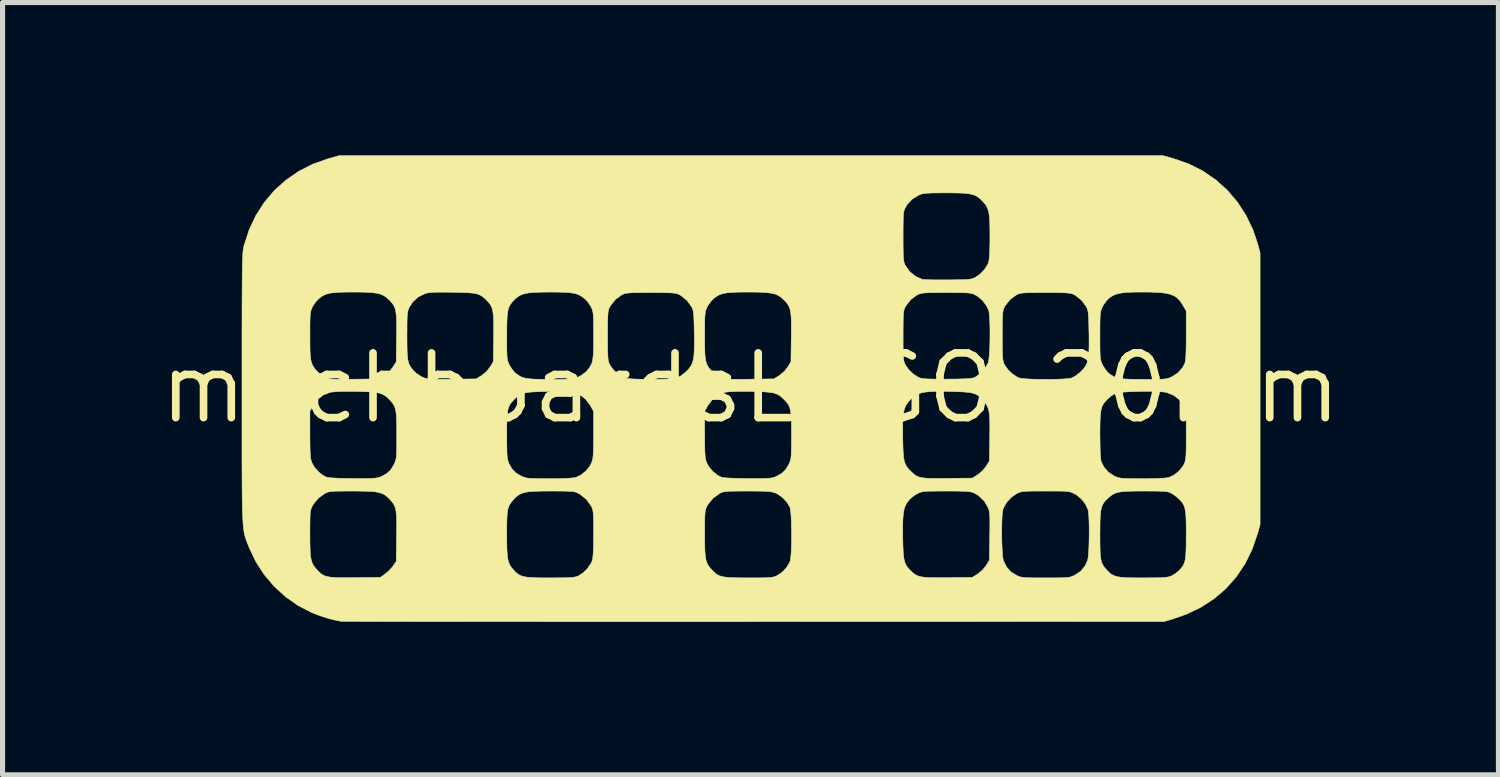
<source format=kicad_pcb>
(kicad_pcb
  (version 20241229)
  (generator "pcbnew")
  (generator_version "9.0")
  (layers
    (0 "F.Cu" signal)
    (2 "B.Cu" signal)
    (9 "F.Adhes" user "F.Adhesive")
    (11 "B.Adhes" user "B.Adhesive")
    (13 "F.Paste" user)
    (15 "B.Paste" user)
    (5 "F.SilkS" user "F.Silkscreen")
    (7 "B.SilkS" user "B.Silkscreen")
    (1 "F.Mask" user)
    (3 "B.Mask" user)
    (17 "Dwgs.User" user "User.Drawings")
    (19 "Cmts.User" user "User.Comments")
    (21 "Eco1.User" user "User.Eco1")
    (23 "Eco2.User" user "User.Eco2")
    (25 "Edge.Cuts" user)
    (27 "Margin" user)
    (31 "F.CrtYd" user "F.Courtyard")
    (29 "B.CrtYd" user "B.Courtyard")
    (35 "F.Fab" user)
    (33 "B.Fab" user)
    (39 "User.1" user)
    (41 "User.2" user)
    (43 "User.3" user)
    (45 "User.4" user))
  (footprint "mechboardsLOGO_20mm"
    (layer "F.Cu")
    (at 11.679 4.566)
    (property "Reference" "mechboardsLOGO_20mm" (at 0 0 0) (layer "F.SilkS") (effects (font (size 1.27 1.27) (thickness 0.15))))
    (attr through_hole)
    (fp_poly (pts (xy 8.304 -4.503) (xy 8.603 -4.399) (xy 8.879 -4.259) (xy 9.132 -4.085) (xy 9.359 -3.881) (xy 9.557 -3.649) (xy 9.725 -3.389) (xy 9.861 -3.106) (xy 9.953 -2.833) (xy 10.001 -2.656) (xy 10.001 2.678) (xy 9.954 2.847) (xy 9.848 3.158) (xy 9.709 3.443) (xy 9.538 3.7) (xy 9.335 3.93) (xy 9.103 4.13) (xy 8.841 4.301) (xy 8.551 4.44) (xy 8.277 4.535) (xy 8.117 4.582) (xy 0.074 4.584) (xy -0.508 4.585) (xy -1.079 4.585) (xy -1.638 4.585) (xy -2.183 4.585) (xy -2.714 4.585) (xy -3.228 4.585) (xy -3.725 4.585) (xy -4.201 4.584) (xy -4.658 4.584) (xy -5.091 4.584) (xy -5.501 4.584) (xy -5.886 4.583) (xy -6.244 4.583) (xy -6.574 4.583) (xy -6.874 4.582) (xy -7.143 4.582) (xy -7.38 4.581) (xy -7.582 4.581) (xy -7.749 4.58) (xy -7.879 4.58) (xy -7.97 4.579) (xy -8.022 4.578) (xy -8.033 4.578) (xy -8.154 4.555) (xy -8.298 4.517) (xy -8.447 4.469) (xy -8.585 4.417) (xy -8.611 4.406) (xy -8.879 4.268) (xy -9.126 4.094) (xy -9.35 3.889) (xy -9.546 3.658) (xy -9.71 3.403) (xy -9.838 3.133) (xy -9.858 3.081) (xy -9.877 3.036) (xy -9.893 2.993) (xy -9.908 2.951) (xy -9.921 2.908) (xy -9.932 2.861) (xy -9.933 2.857) (xy -8.647 2.857) (xy -8.646 3.028) (xy -8.643 3.163) (xy -8.637 3.268) (xy -8.626 3.349) (xy -8.609 3.412) (xy -8.586 3.465) (xy -8.554 3.512) (xy -8.513 3.561) (xy -8.512 3.562) (xy -8.466 3.61) (xy -8.423 3.648) (xy -8.377 3.676) (xy -8.321 3.697) (xy -8.251 3.71) (xy -8.159 3.718) (xy -8.041 3.721) (xy -7.891 3.721) (xy -7.765 3.72) (xy -7.264 3.715) (xy -7.173 3.651) (xy -7.103 3.592) (xy -7.036 3.52) (xy -7.017 3.495) (xy -6.953 3.404) (xy -6.946 2.925) (xy -6.946 2.86) (xy -4.784 2.86) (xy -4.783 3.032) (xy -4.78 3.167) (xy -4.773 3.273) (xy -4.763 3.355) (xy -4.746 3.419) (xy -4.724 3.471) (xy -4.694 3.517) (xy -4.664 3.554) (xy -4.618 3.605) (xy -4.573 3.645) (xy -4.523 3.675) (xy -4.463 3.697) (xy -4.387 3.711) (xy -4.288 3.719) (xy -4.161 3.724) (xy -4 3.725) (xy -3.937 3.725) (xy -3.779 3.724) (xy -3.656 3.723) (xy -3.564 3.72) (xy -3.496 3.715) (xy -3.446 3.708) (xy -3.408 3.698) (xy -3.376 3.686) (xy -3.285 3.627) (xy -3.2 3.543) (xy -3.133 3.447) (xy -3.109 3.395) (xy -3.098 3.349) (xy -3.09 3.28) (xy -3.084 3.182) (xy -3.081 3.051) (xy -3.08 2.882) (xy -3.08 2.857) (xy -0.9 2.857) (xy -0.899 3.028) (xy -0.896 3.163) (xy -0.89 3.268) (xy -0.879 3.349) (xy -0.862 3.412) (xy -0.839 3.465) (xy -0.807 3.512) (xy -0.766 3.561) (xy -0.765 3.562) (xy -0.719 3.611) (xy -0.674 3.649) (xy -0.626 3.677) (xy -0.568 3.697) (xy -0.493 3.711) (xy -0.397 3.719) (xy -0.272 3.723) (xy -0.114 3.725) (xy -0.044 3.725) (xy 0.112 3.725) (xy 0.231 3.724) (xy 0.321 3.721) (xy 0.387 3.717) (xy 0.436 3.711) (xy 0.474 3.701) (xy 0.506 3.689) (xy 0.522 3.681) (xy 0.619 3.617) (xy 0.704 3.528) (xy 0.765 3.429) (xy 0.78 3.39) (xy 0.789 3.334) (xy 0.797 3.247) (xy 0.802 3.135) (xy 0.805 3.007) (xy 0.806 2.871) (xy 0.804 2.734) (xy 0.803 2.707) (xy 2.987 2.707) (xy 2.988 2.876) (xy 2.988 2.926) (xy 2.992 3.09) (xy 2.997 3.217) (xy 3.006 3.315) (xy 3.02 3.39) (xy 3.04 3.45) (xy 3.068 3.499) (xy 3.106 3.546) (xy 3.141 3.582) (xy 3.186 3.625) (xy 3.23 3.659) (xy 3.279 3.684) (xy 3.337 3.701) (xy 3.412 3.713) (xy 3.509 3.719) (xy 3.634 3.721) (xy 3.793 3.721) (xy 3.865 3.72) (xy 4.353 3.715) (xy 4.457 3.651) (xy 4.556 3.569) (xy 4.624 3.483) (xy 4.688 3.38) (xy 4.695 2.909) (xy 4.697 2.784) (xy 4.931 2.784) (xy 4.931 2.921) (xy 4.934 3.055) (xy 4.94 3.179) (xy 4.947 3.283) (xy 4.957 3.358) (xy 4.964 3.388) (xy 5.026 3.514) (xy 5.114 3.61) (xy 5.211 3.67) (xy 5.248 3.688) (xy 5.282 3.702) (xy 5.32 3.711) (xy 5.367 3.718) (xy 5.431 3.722) (xy 5.518 3.724) (xy 5.634 3.725) (xy 5.786 3.725) (xy 5.789 3.725) (xy 5.942 3.725) (xy 6.058 3.724) (xy 6.146 3.722) (xy 6.21 3.718) (xy 6.258 3.712) (xy 6.296 3.702) (xy 6.33 3.688) (xy 6.367 3.671) (xy 6.368 3.67) (xy 6.482 3.594) (xy 6.565 3.493) (xy 6.614 3.388) (xy 6.625 3.334) (xy 6.634 3.247) (xy 6.641 3.135) (xy 6.645 3.006) (xy 6.647 2.874) (xy 6.858 2.874) (xy 6.859 3.042) (xy 6.861 3.173) (xy 6.866 3.274) (xy 6.875 3.352) (xy 6.889 3.412) (xy 6.909 3.461) (xy 6.936 3.504) (xy 6.972 3.549) (xy 6.983 3.561) (xy 7.029 3.61) (xy 7.073 3.649) (xy 7.123 3.677) (xy 7.183 3.698) (xy 7.26 3.712) (xy 7.359 3.72) (xy 7.487 3.724) (xy 7.65 3.725) (xy 7.705 3.725) (xy 7.863 3.724) (xy 7.984 3.723) (xy 8.076 3.72) (xy 8.144 3.715) (xy 8.193 3.708) (xy 8.231 3.699) (xy 8.264 3.686) (xy 8.266 3.685) (xy 8.336 3.643) (xy 8.404 3.588) (xy 8.418 3.574) (xy 8.459 3.529) (xy 8.49 3.485) (xy 8.514 3.436) (xy 8.53 3.376) (xy 8.541 3.299) (xy 8.547 3.199) (xy 8.55 3.07) (xy 8.551 2.905) (xy 8.551 2.879) (xy 8.551 2.708) (xy 8.548 2.574) (xy 8.542 2.471) (xy 8.532 2.391) (xy 8.516 2.329) (xy 8.494 2.279) (xy 8.464 2.235) (xy 8.424 2.19) (xy 8.418 2.184) (xy 8.354 2.127) (xy 8.28 2.076) (xy 8.266 2.067) (xy 8.235 2.052) (xy 8.203 2.041) (xy 8.163 2.032) (xy 8.109 2.027) (xy 8.035 2.024) (xy 7.934 2.022) (xy 7.8 2.021) (xy 7.726 2.021) (xy 7.555 2.022) (xy 7.42 2.025) (xy 7.316 2.031) (xy 7.235 2.042) (xy 7.171 2.059) (xy 7.119 2.082) (xy 7.071 2.114) (xy 7.023 2.155) (xy 7.021 2.156) (xy 6.972 2.203) (xy 6.935 2.247) (xy 6.906 2.295) (xy 6.886 2.354) (xy 6.872 2.429) (xy 6.864 2.526) (xy 6.86 2.651) (xy 6.859 2.81) (xy 6.858 2.874) (xy 6.647 2.874) (xy 6.647 2.87) (xy 6.647 2.735) (xy 6.644 2.609) (xy 6.639 2.501) (xy 6.631 2.42) (xy 6.624 2.387) (xy 6.576 2.281) (xy 6.498 2.18) (xy 6.401 2.099) (xy 6.361 2.075) (xy 6.325 2.058) (xy 6.292 2.045) (xy 6.255 2.035) (xy 6.208 2.028) (xy 6.144 2.024) (xy 6.056 2.022) (xy 5.939 2.022) (xy 5.789 2.021) (xy 5.637 2.022) (xy 5.52 2.022) (xy 5.433 2.025) (xy 5.369 2.029) (xy 5.322 2.035) (xy 5.285 2.045) (xy 5.252 2.058) (xy 5.217 2.075) (xy 5.116 2.146) (xy 5.029 2.241) (xy 4.968 2.346) (xy 4.954 2.387) (xy 4.944 2.446) (xy 4.937 2.538) (xy 4.933 2.653) (xy 4.931 2.784) (xy 4.697 2.784) (xy 4.697 2.755) (xy 4.698 2.636) (xy 4.697 2.547) (xy 4.693 2.481) (xy 4.688 2.431) (xy 4.679 2.392) (xy 4.666 2.356) (xy 4.655 2.33) (xy 4.582 2.21) (xy 4.477 2.111) (xy 4.383 2.056) (xy 4.351 2.044) (xy 4.308 2.035) (xy 4.248 2.029) (xy 4.167 2.025) (xy 4.057 2.022) (xy 3.913 2.021) (xy 3.842 2.021) (xy 3.689 2.022) (xy 3.572 2.023) (xy 3.484 2.025) (xy 3.42 2.029) (xy 3.372 2.036) (xy 3.335 2.046) (xy 3.301 2.059) (xy 3.276 2.071) (xy 3.202 2.117) (xy 3.133 2.174) (xy 3.111 2.198) (xy 3.07 2.253) (xy 3.038 2.312) (xy 3.015 2.381) (xy 3 2.465) (xy 2.991 2.572) (xy 2.987 2.707) (xy 0.803 2.707) (xy 0.801 2.606) (xy 0.795 2.493) (xy 0.787 2.405) (xy 0.777 2.349) (xy 0.775 2.341) (xy 0.717 2.243) (xy 0.634 2.153) (xy 0.539 2.083) (xy 0.491 2.06) (xy 0.451 2.047) (xy 0.406 2.037) (xy 0.348 2.03) (xy 0.271 2.025) (xy 0.169 2.023) (xy 0.035 2.022) (xy -0.064 2.021) (xy -0.215 2.022) (xy -0.331 2.023) (xy -0.416 2.025) (xy -0.479 2.03) (xy -0.525 2.037) (xy -0.559 2.046) (xy -0.59 2.06) (xy -0.604 2.067) (xy -0.734 2.16) (xy -0.834 2.283) (xy -0.854 2.317) (xy -0.869 2.348) (xy -0.88 2.381) (xy -0.889 2.421) (xy -0.894 2.475) (xy -0.897 2.55) (xy -0.899 2.652) (xy -0.9 2.788) (xy -0.9 2.857) (xy -3.08 2.857) (xy -3.08 2.706) (xy -3.081 2.59) (xy -3.084 2.505) (xy -3.088 2.442) (xy -3.095 2.396) (xy -3.105 2.361) (xy -3.118 2.331) (xy -3.125 2.317) (xy -3.218 2.187) (xy -3.341 2.087) (xy -3.376 2.067) (xy -3.407 2.052) (xy -3.439 2.04) (xy -3.479 2.032) (xy -3.533 2.027) (xy -3.608 2.024) (xy -3.71 2.022) (xy -3.846 2.021) (xy -3.916 2.021) (xy -4.093 2.022) (xy -4.233 2.026) (xy -4.343 2.034) (xy -4.429 2.048) (xy -4.496 2.068) (xy -4.551 2.097) (xy -4.599 2.135) (xy -4.647 2.184) (xy -4.689 2.233) (xy -4.722 2.279) (xy -4.746 2.327) (xy -4.763 2.385) (xy -4.774 2.459) (xy -4.78 2.554) (xy -4.783 2.679) (xy -4.784 2.839) (xy -4.784 2.86) (xy -6.946 2.86) (xy -6.944 2.749) (xy -6.945 2.61) (xy -6.949 2.501) (xy -6.957 2.417) (xy -6.971 2.351) (xy -6.992 2.298) (xy -7.02 2.252) (xy -7.057 2.207) (xy -7.073 2.19) (xy -7.123 2.139) (xy -7.172 2.1) (xy -7.227 2.07) (xy -7.293 2.049) (xy -7.377 2.035) (xy -7.485 2.027) (xy -7.622 2.023) (xy -7.795 2.021) (xy -7.811 2.021) (xy -7.962 2.022) (xy -8.078 2.023) (xy -8.163 2.025) (xy -8.226 2.03) (xy -8.272 2.037) (xy -8.306 2.046) (xy -8.337 2.06) (xy -8.351 2.067) (xy -8.481 2.16) (xy -8.581 2.283) (xy -8.601 2.317) (xy -8.616 2.348) (xy -8.627 2.381) (xy -8.636 2.421) (xy -8.641 2.475) (xy -8.644 2.55) (xy -8.646 2.652) (xy -8.647 2.788) (xy -8.647 2.857) (xy -9.933 2.857) (xy -9.942 2.807) (xy -9.95 2.745) (xy -9.957 2.672) (xy -9.963 2.585) (xy -9.968 2.483) (xy -9.972 2.362) (xy -9.975 2.221) (xy -9.977 2.057) (xy -9.978 1.867) (xy -9.979 1.65) (xy -9.98 1.402) (xy -9.98 1.122) (xy -9.98 0.807) (xy -9.98 0.455) (xy -8.647 0.455) (xy -8.647 0.91) (xy -8.646 1.066) (xy -8.644 1.187) (xy -8.641 1.278) (xy -8.636 1.346) (xy -8.628 1.398) (xy -8.617 1.441) (xy -8.608 1.465) (xy -8.557 1.555) (xy -8.482 1.641) (xy -8.394 1.712) (xy -8.314 1.751) (xy -8.271 1.758) (xy -8.194 1.764) (xy -8.088 1.77) (xy -7.961 1.773) (xy -7.82 1.775) (xy -7.789 1.775) (xy -7.637 1.776) (xy -7.52 1.775) (xy -7.432 1.772) (xy -7.368 1.768) (xy -7.32 1.761) (xy -7.281 1.751) (xy -7.246 1.737) (xy -7.239 1.734) (xy -7.136 1.676) (xy -7.061 1.606) (xy -7.001 1.509) (xy -6.993 1.492) (xy -6.977 1.455) (xy -6.964 1.42) (xy -6.955 1.379) (xy -6.949 1.326) (xy -6.946 1.255) (xy -6.944 1.158) (xy -6.943 1.031) (xy -6.943 0.925) (xy -6.943 0.911) (xy -4.783 0.911) (xy -4.783 0.925) (xy -4.783 1.079) (xy -4.781 1.197) (xy -4.779 1.286) (xy -4.774 1.352) (xy -4.767 1.4) (xy -4.756 1.439) (xy -4.743 1.474) (xy -4.74 1.482) (xy -4.682 1.585) (xy -4.611 1.66) (xy -4.514 1.72) (xy -4.498 1.728) (xy -4.46 1.744) (xy -4.424 1.757) (xy -4.382 1.766) (xy -4.328 1.772) (xy -4.254 1.775) (xy -4.155 1.777) (xy -4.024 1.778) (xy -3.95 1.778) (xy -3.777 1.777) (xy -3.633 1.773) (xy -3.522 1.766) (xy -3.447 1.758) (xy -3.425 1.753) (xy -3.327 1.706) (xy -3.233 1.63) (xy -3.156 1.538) (xy -3.118 1.465) (xy -3.105 1.426) (xy -3.095 1.381) (xy -3.088 1.324) (xy -3.084 1.248) (xy -3.081 1.146) (xy -3.08 1.014) (xy -3.08 0.91) (xy -3.08 0.455) (xy -0.9 0.455) (xy -0.9 0.91) (xy -0.899 1.066) (xy -0.897 1.187) (xy -0.894 1.278) (xy -0.889 1.346) (xy -0.881 1.398) (xy -0.87 1.441) (xy -0.861 1.465) (xy -0.81 1.555) (xy -0.735 1.641) (xy -0.647 1.712) (xy -0.567 1.751) (xy -0.524 1.758) (xy -0.447 1.764) (xy -0.341 1.77) (xy -0.214 1.773) (xy -0.073 1.775) (xy -0.042 1.775) (xy 0.11 1.776) (xy 0.227 1.775) (xy 0.315 1.772) (xy 0.379 1.768) (xy 0.427 1.761) (xy 0.466 1.751) (xy 0.501 1.737) (xy 0.508 1.734) (xy 0.611 1.676) (xy 0.686 1.606) (xy 0.746 1.509) (xy 0.754 1.492) (xy 0.77 1.455) (xy 0.783 1.42) (xy 0.792 1.379) (xy 0.798 1.326) (xy 0.801 1.255) (xy 0.803 1.158) (xy 0.804 1.031) (xy 0.804 0.925) (xy 0.804 0.836) (xy 2.987 0.836) (xy 2.988 0.979) (xy 2.992 1.142) (xy 2.997 1.269) (xy 3.006 1.367) (xy 3.021 1.443) (xy 3.043 1.503) (xy 3.074 1.554) (xy 3.115 1.602) (xy 3.157 1.645) (xy 3.201 1.685) (xy 3.243 1.716) (xy 3.288 1.739) (xy 3.343 1.755) (xy 3.414 1.766) (xy 3.506 1.772) (xy 3.626 1.774) (xy 3.78 1.773) (xy 3.865 1.772) (xy 4.353 1.767) (xy 4.457 1.703) (xy 4.556 1.622) (xy 4.624 1.536) (xy 4.688 1.432) (xy 4.695 0.967) (xy 4.696 0.908) (xy 6.858 0.908) (xy 6.86 1.076) (xy 6.863 1.218) (xy 6.869 1.331) (xy 6.876 1.41) (xy 6.882 1.441) (xy 6.936 1.551) (xy 7.022 1.649) (xy 7.132 1.723) (xy 7.142 1.728) (xy 7.18 1.744) (xy 7.217 1.757) (xy 7.26 1.766) (xy 7.314 1.772) (xy 7.388 1.775) (xy 7.487 1.777) (xy 7.619 1.778) (xy 7.692 1.778) (xy 7.86 1.777) (xy 8.003 1.773) (xy 8.114 1.767) (xy 8.19 1.759) (xy 8.216 1.753) (xy 8.315 1.706) (xy 8.409 1.629) (xy 8.485 1.536) (xy 8.507 1.496) (xy 8.522 1.463) (xy 8.532 1.429) (xy 8.54 1.386) (xy 8.546 1.329) (xy 8.549 1.252) (xy 8.551 1.148) (xy 8.551 1.01) (xy 8.551 0.929) (xy 8.551 0.775) (xy 8.55 0.657) (xy 8.548 0.568) (xy 8.544 0.503) (xy 8.538 0.455) (xy 8.529 0.417) (xy 8.516 0.383) (xy 8.498 0.346) (xy 8.496 0.342) (xy 8.417 0.229) (xy 8.307 0.143) (xy 8.173 0.088) (xy 8.15 0.083) (xy 8.086 0.075) (xy 7.985 0.069) (xy 7.856 0.066) (xy 7.705 0.066) (xy 7.635 0.067) (xy 7.476 0.071) (xy 7.352 0.077) (xy 7.256 0.088) (xy 7.182 0.103) (xy 7.123 0.127) (xy 7.072 0.159) (xy 7.022 0.202) (xy 6.998 0.225) (xy 6.955 0.271) (xy 6.922 0.316) (xy 6.897 0.367) (xy 6.88 0.43) (xy 6.869 0.512) (xy 6.862 0.618) (xy 6.859 0.754) (xy 6.858 0.908) (xy 4.696 0.908) (xy 4.697 0.792) (xy 4.696 0.654) (xy 4.691 0.546) (xy 4.68 0.462) (xy 4.664 0.395) (xy 4.64 0.34) (xy 4.607 0.29) (xy 4.566 0.24) (xy 4.518 0.188) (xy 4.471 0.149) (xy 4.418 0.119) (xy 4.354 0.098) (xy 4.272 0.084) (xy 4.165 0.075) (xy 4.027 0.07) (xy 3.901 0.067) (xy 3.721 0.065) (xy 3.576 0.068) (xy 3.462 0.075) (xy 3.371 0.089) (xy 3.299 0.111) (xy 3.239 0.142) (xy 3.184 0.183) (xy 3.143 0.222) (xy 3.093 0.276) (xy 3.055 0.331) (xy 3.026 0.393) (xy 3.007 0.469) (xy 2.994 0.564) (xy 2.988 0.684) (xy 2.987 0.836) (xy 0.804 0.836) (xy 0.804 0.756) (xy 0.801 0.623) (xy 0.795 0.52) (xy 0.785 0.441) (xy 0.768 0.379) (xy 0.746 0.329) (xy 0.715 0.285) (xy 0.674 0.24) (xy 0.671 0.236) (xy 0.619 0.185) (xy 0.569 0.145) (xy 0.516 0.117) (xy 0.451 0.096) (xy 0.369 0.083) (xy 0.262 0.074) (xy 0.124 0.069) (xy 0.021 0.067) (xy -0.153 0.065) (xy -0.299 0.067) (xy -0.413 0.073) (xy -0.489 0.081) (xy -0.5 0.083) (xy -0.634 0.134) (xy -0.747 0.221) (xy -0.836 0.341) (xy -0.837 0.343) (xy -0.9 0.455) (xy -3.08 0.455) (xy -3.142 0.343) (xy -3.231 0.222) (xy -3.344 0.135) (xy -3.478 0.084) (xy -3.48 0.083) (xy -3.549 0.074) (xy -3.656 0.068) (xy -3.796 0.066) (xy -3.965 0.066) (xy -4 0.067) (xy -4.161 0.071) (xy -4.286 0.077) (xy -4.383 0.087) (xy -4.457 0.103) (xy -4.517 0.127) (xy -4.568 0.159) (xy -4.618 0.203) (xy -4.65 0.236) (xy -4.691 0.282) (xy -4.723 0.326) (xy -4.746 0.375) (xy -4.763 0.435) (xy -4.774 0.513) (xy -4.78 0.614) (xy -4.783 0.744) (xy -4.783 0.911) (xy -6.943 0.911) (xy -6.943 0.756) (xy -6.946 0.623) (xy -6.952 0.52) (xy -6.962 0.441) (xy -6.979 0.379) (xy -7.001 0.329) (xy -7.032 0.285) (xy -7.073 0.24) (xy -7.076 0.236) (xy -7.128 0.185) (xy -7.178 0.145) (xy -7.231 0.117) (xy -7.296 0.096) (xy -7.378 0.083) (xy -7.485 0.074) (xy -7.623 0.069) (xy -7.726 0.067) (xy -7.9 0.065) (xy -8.046 0.067) (xy -8.16 0.073) (xy -8.236 0.081) (xy -8.247 0.083) (xy -8.381 0.134) (xy -8.494 0.221) (xy -8.583 0.341) (xy -8.584 0.343) (xy -8.647 0.455) (xy -9.98 0.455) (xy -9.98 0.455) (xy -9.98 0.063) (xy -9.98 0.011) (xy -9.98 -0.38) (xy -9.98 -0.73) (xy -9.98 -1.027) (xy -8.646 -1.027) (xy -8.646 -0.861) (xy -8.644 -0.731) (xy -8.638 -0.631) (xy -8.629 -0.554) (xy -8.614 -0.494) (xy -8.593 -0.444) (xy -8.564 -0.399) (xy -8.527 -0.351) (xy -8.518 -0.341) (xy -8.463 -0.289) (xy -8.389 -0.239) (xy -8.351 -0.219) (xy -8.315 -0.202) (xy -8.281 -0.19) (xy -8.243 -0.181) (xy -8.194 -0.176) (xy -8.128 -0.173) (xy -8.039 -0.172) (xy -7.92 -0.172) (xy -7.766 -0.174) (xy -7.288 -0.18) (xy -7.185 -0.244) (xy -7.085 -0.325) (xy -7.017 -0.412) (xy -6.953 -0.515) (xy -6.947 -0.992) (xy -6.946 -1.027) (xy -6.742 -1.027) (xy -6.741 -0.861) (xy -6.739 -0.731) (xy -6.734 -0.631) (xy -6.724 -0.554) (xy -6.71 -0.494) (xy -6.688 -0.444) (xy -6.66 -0.399) (xy -6.622 -0.351) (xy -6.613 -0.341) (xy -6.558 -0.289) (xy -6.484 -0.239) (xy -6.446 -0.219) (xy -6.41 -0.202) (xy -6.376 -0.19) (xy -6.338 -0.181) (xy -6.289 -0.176) (xy -6.223 -0.173) (xy -6.134 -0.172) (xy -6.015 -0.172) (xy -5.861 -0.174) (xy -5.383 -0.18) (xy -5.28 -0.244) (xy -5.18 -0.325) (xy -5.112 -0.412) (xy -5.048 -0.515) (xy -5.043 -0.873) (xy -4.783 -0.873) (xy -4.783 -0.757) (xy -4.78 -0.67) (xy -4.777 -0.605) (xy -4.77 -0.558) (xy -4.76 -0.52) (xy -4.747 -0.486) (xy -4.729 -0.449) (xy -4.729 -0.448) (xy -4.684 -0.375) (xy -4.631 -0.31) (xy -4.602 -0.283) (xy -4.552 -0.248) (xy -4.503 -0.221) (xy -4.448 -0.201) (xy -4.38 -0.187) (xy -4.293 -0.178) (xy -4.181 -0.173) (xy -4.037 -0.171) (xy -3.926 -0.17) (xy -3.777 -0.17) (xy -3.663 -0.171) (xy -3.579 -0.174) (xy -3.516 -0.178) (xy -3.469 -0.186) (xy -3.431 -0.196) (xy -3.394 -0.211) (xy -3.375 -0.219) (xy -3.301 -0.262) (xy -3.233 -0.315) (xy -3.208 -0.341) (xy -3.168 -0.39) (xy -3.138 -0.436) (xy -3.115 -0.484) (xy -3.099 -0.541) (xy -3.089 -0.615) (xy -3.083 -0.71) (xy -3.08 -0.833) (xy -3.08 -0.992) (xy -3.08 -1.027) (xy -2.805 -1.027) (xy -2.804 -0.87) (xy -2.803 -0.749) (xy -2.801 -0.659) (xy -2.797 -0.593) (xy -2.791 -0.544) (xy -2.783 -0.508) (xy -2.771 -0.477) (xy -2.757 -0.451) (xy -2.692 -0.359) (xy -2.604 -0.275) (xy -2.508 -0.213) (xy -2.474 -0.198) (xy -2.424 -0.189) (xy -2.341 -0.181) (xy -2.232 -0.175) (xy -2.106 -0.172) (xy -1.971 -0.17) (xy -1.836 -0.171) (xy -1.708 -0.174) (xy -1.596 -0.179) (xy -1.508 -0.186) (xy -1.453 -0.195) (xy -1.452 -0.195) (xy -1.373 -0.234) (xy -1.284 -0.303) (xy -1.256 -0.329) (xy -1.208 -0.38) (xy -1.171 -0.431) (xy -1.143 -0.487) (xy -1.123 -0.554) (xy -1.11 -0.638) (xy -1.104 -0.746) (xy -1.102 -0.882) (xy -1.103 -1.027) (xy -0.9 -1.027) (xy -0.899 -0.861) (xy -0.897 -0.731) (xy -0.892 -0.631) (xy -0.882 -0.554) (xy -0.868 -0.494) (xy -0.846 -0.444) (xy -0.818 -0.399) (xy -0.78 -0.351) (xy -0.771 -0.341) (xy -0.716 -0.289) (xy -0.642 -0.239) (xy -0.604 -0.219) (xy -0.568 -0.202) (xy -0.534 -0.19) (xy -0.496 -0.181) (xy -0.447 -0.176) (xy -0.381 -0.173) (xy -0.292 -0.172) (xy -0.173 -0.172) (xy -0.019 -0.174) (xy 0.459 -0.18) (xy 0.562 -0.244) (xy 0.662 -0.325) (xy 0.73 -0.412) (xy 0.794 -0.515) (xy 0.8 -0.992) (xy 0.801 -1.027) (xy 2.995 -1.027) (xy 2.995 -0.87) (xy 2.996 -0.749) (xy 2.998 -0.659) (xy 3.002 -0.593) (xy 3.008 -0.544) (xy 3.017 -0.508) (xy 3.029 -0.477) (xy 3.042 -0.451) (xy 3.108 -0.359) (xy 3.197 -0.274) (xy 3.294 -0.212) (xy 3.326 -0.198) (xy 3.369 -0.188) (xy 3.441 -0.181) (xy 3.544 -0.177) (xy 3.682 -0.175) (xy 3.859 -0.175) (xy 3.873 -0.176) (xy 4.033 -0.177) (xy 4.156 -0.18) (xy 4.249 -0.184) (xy 4.315 -0.19) (xy 4.363 -0.197) (xy 4.397 -0.207) (xy 4.415 -0.216) (xy 4.506 -0.282) (xy 4.589 -0.37) (xy 4.65 -0.466) (xy 4.667 -0.505) (xy 4.678 -0.562) (xy 4.687 -0.652) (xy 4.694 -0.767) (xy 4.699 -0.899) (xy 4.7 -1.027) (xy 4.942 -1.027) (xy 4.943 -0.87) (xy 4.944 -0.749) (xy 4.946 -0.659) (xy 4.95 -0.593) (xy 4.956 -0.544) (xy 4.964 -0.508) (xy 4.976 -0.477) (xy 4.99 -0.451) (xy 5.055 -0.359) (xy 5.143 -0.275) (xy 5.239 -0.213) (xy 5.273 -0.198) (xy 5.323 -0.189) (xy 5.406 -0.181) (xy 5.515 -0.175) (xy 5.641 -0.172) (xy 5.776 -0.17) (xy 5.911 -0.171) (xy 6.039 -0.174) (xy 6.151 -0.179) (xy 6.239 -0.186) (xy 6.294 -0.195) (xy 6.295 -0.195) (xy 6.374 -0.234) (xy 6.463 -0.303) (xy 6.491 -0.329) (xy 6.539 -0.38) (xy 6.576 -0.431) (xy 6.604 -0.487) (xy 6.624 -0.554) (xy 6.637 -0.638) (xy 6.643 -0.746) (xy 6.645 -0.882) (xy 6.644 -1.027) (xy 6.858 -1.027) (xy 6.858 -0.874) (xy 6.859 -0.757) (xy 6.861 -0.67) (xy 6.865 -0.606) (xy 6.872 -0.558) (xy 6.881 -0.52) (xy 6.895 -0.486) (xy 6.913 -0.449) (xy 6.913 -0.448) (xy 6.957 -0.375) (xy 7.01 -0.31) (xy 7.04 -0.283) (xy 7.09 -0.248) (xy 7.139 -0.221) (xy 7.194 -0.201) (xy 7.262 -0.187) (xy 7.349 -0.178) (xy 7.461 -0.173) (xy 7.605 -0.171) (xy 7.715 -0.17) (xy 7.865 -0.17) (xy 7.978 -0.171) (xy 8.063 -0.174) (xy 8.126 -0.178) (xy 8.173 -0.186) (xy 8.211 -0.196) (xy 8.247 -0.211) (xy 8.266 -0.219) (xy 8.384 -0.295) (xy 8.478 -0.398) (xy 8.523 -0.481) (xy 8.533 -0.518) (xy 8.541 -0.578) (xy 8.546 -0.665) (xy 8.549 -0.783) (xy 8.551 -0.937) (xy 8.551 -1.031) (xy 8.551 -1.513) (xy 8.488 -1.623) (xy 8.439 -1.7) (xy 8.385 -1.76) (xy 8.321 -1.807) (xy 8.241 -1.84) (xy 8.141 -1.862) (xy 8.014 -1.876) (xy 7.854 -1.883) (xy 7.705 -1.884) (xy 7.535 -1.883) (xy 7.401 -1.878) (xy 7.296 -1.868) (xy 7.213 -1.853) (xy 7.146 -1.831) (xy 7.088 -1.801) (xy 7.041 -1.768) (xy 6.988 -1.715) (xy 6.935 -1.643) (xy 6.912 -1.603) (xy 6.894 -1.566) (xy 6.881 -1.532) (xy 6.872 -1.494) (xy 6.865 -1.446) (xy 6.861 -1.381) (xy 6.859 -1.293) (xy 6.858 -1.175) (xy 6.858 -1.027) (xy 6.644 -1.027) (xy 6.644 -1.054) (xy 6.643 -1.09) (xy 6.64 -1.237) (xy 6.637 -1.347) (xy 6.632 -1.429) (xy 6.626 -1.489) (xy 6.617 -1.533) (xy 6.605 -1.567) (xy 6.59 -1.598) (xy 6.5 -1.721) (xy 6.379 -1.818) (xy 6.35 -1.834) (xy 6.322 -1.847) (xy 6.289 -1.856) (xy 6.245 -1.863) (xy 6.183 -1.868) (xy 6.099 -1.871) (xy 5.986 -1.873) (xy 5.838 -1.873) (xy 5.789 -1.873) (xy 5.632 -1.873) (xy 5.511 -1.872) (xy 5.421 -1.87) (xy 5.355 -1.866) (xy 5.306 -1.86) (xy 5.27 -1.851) (xy 5.24 -1.839) (xy 5.218 -1.828) (xy 5.095 -1.738) (xy 4.998 -1.616) (xy 4.982 -1.587) (xy 4.969 -1.56) (xy 4.959 -1.526) (xy 4.952 -1.482) (xy 4.947 -1.421) (xy 4.944 -1.336) (xy 4.943 -1.223) (xy 4.942 -1.075) (xy 4.942 -1.027) (xy 4.7 -1.027) (xy 4.7 -1.038) (xy 4.7 -1.175) (xy 4.696 -1.303) (xy 4.69 -1.412) (xy 4.682 -1.493) (xy 4.674 -1.527) (xy 4.629 -1.621) (xy 4.556 -1.715) (xy 4.467 -1.795) (xy 4.416 -1.826) (xy 4.386 -1.841) (xy 4.355 -1.853) (xy 4.317 -1.861) (xy 4.266 -1.867) (xy 4.196 -1.87) (xy 4.101 -1.872) (xy 3.975 -1.873) (xy 3.842 -1.873) (xy 3.685 -1.873) (xy 3.564 -1.872) (xy 3.473 -1.87) (xy 3.407 -1.866) (xy 3.359 -1.86) (xy 3.323 -1.851) (xy 3.293 -1.839) (xy 3.27 -1.828) (xy 3.147 -1.738) (xy 3.051 -1.616) (xy 3.035 -1.587) (xy 3.022 -1.56) (xy 3.012 -1.526) (xy 3.005 -1.482) (xy 3 -1.421) (xy 2.997 -1.336) (xy 2.996 -1.223) (xy 2.995 -1.075) (xy 2.995 -1.027) (xy 0.801 -1.027) (xy 0.802 -1.168) (xy 0.801 -1.307) (xy 0.796 -1.416) (xy 0.786 -1.5) (xy 0.77 -1.567) (xy 0.746 -1.621) (xy 0.713 -1.668) (xy 0.671 -1.716) (xy 0.652 -1.734) (xy 0.601 -1.781) (xy 0.547 -1.817) (xy 0.485 -1.844) (xy 0.407 -1.862) (xy 0.309 -1.874) (xy 0.184 -1.881) (xy 0.025 -1.884) (xy -0.053 -1.884) (xy -0.221 -1.883) (xy -0.354 -1.878) (xy -0.457 -1.869) (xy -0.539 -1.855) (xy -0.605 -1.833) (xy -0.661 -1.803) (xy -0.716 -1.763) (xy -0.724 -1.756) (xy -0.78 -1.698) (xy -0.833 -1.624) (xy -0.85 -1.593) (xy -0.866 -1.558) (xy -0.879 -1.524) (xy -0.887 -1.484) (xy -0.893 -1.433) (xy -0.897 -1.362) (xy -0.899 -1.267) (xy -0.899 -1.141) (xy -0.9 -1.027) (xy -1.103 -1.027) (xy -1.103 -1.054) (xy -1.104 -1.09) (xy -1.107 -1.237) (xy -1.11 -1.347) (xy -1.115 -1.429) (xy -1.121 -1.489) (xy -1.13 -1.533) (xy -1.142 -1.567) (xy -1.157 -1.598) (xy -1.247 -1.721) (xy -1.368 -1.818) (xy -1.397 -1.834) (xy -1.425 -1.847) (xy -1.458 -1.856) (xy -1.502 -1.863) (xy -1.564 -1.868) (xy -1.648 -1.871) (xy -1.761 -1.873) (xy -1.909 -1.873) (xy -1.958 -1.873) (xy -2.115 -1.873) (xy -2.236 -1.872) (xy -2.326 -1.87) (xy -2.392 -1.866) (xy -2.441 -1.86) (xy -2.477 -1.851) (xy -2.507 -1.839) (xy -2.529 -1.828) (xy -2.652 -1.738) (xy -2.749 -1.616) (xy -2.765 -1.587) (xy -2.778 -1.56) (xy -2.788 -1.526) (xy -2.795 -1.482) (xy -2.8 -1.421) (xy -2.803 -1.336) (xy -2.804 -1.223) (xy -2.805 -1.075) (xy -2.805 -1.027) (xy -3.08 -1.027) (xy -3.08 -1.18) (xy -3.081 -1.297) (xy -3.083 -1.384) (xy -3.087 -1.448) (xy -3.094 -1.496) (xy -3.104 -1.534) (xy -3.117 -1.567) (xy -3.129 -1.593) (xy -3.175 -1.666) (xy -3.232 -1.735) (xy -3.255 -1.756) (xy -3.31 -1.797) (xy -3.366 -1.829) (xy -3.43 -1.852) (xy -3.509 -1.867) (xy -3.609 -1.877) (xy -3.736 -1.882) (xy -3.899 -1.884) (xy -3.926 -1.884) (xy -4.102 -1.882) (xy -4.241 -1.877) (xy -4.35 -1.868) (xy -4.435 -1.852) (xy -4.503 -1.829) (xy -4.56 -1.797) (xy -4.611 -1.755) (xy -4.624 -1.743) (xy -4.672 -1.694) (xy -4.709 -1.647) (xy -4.737 -1.597) (xy -4.757 -1.536) (xy -4.77 -1.46) (xy -4.778 -1.361) (xy -4.782 -1.234) (xy -4.783 -1.072) (xy -4.783 -1.025) (xy -4.783 -0.873) (xy -5.043 -0.873) (xy -5.042 -0.992) (xy -5.04 -1.168) (xy -5.041 -1.307) (xy -5.046 -1.415) (xy -5.056 -1.499) (xy -5.071 -1.565) (xy -5.094 -1.618) (xy -5.124 -1.664) (xy -5.164 -1.709) (xy -5.174 -1.719) (xy -5.223 -1.767) (xy -5.269 -1.804) (xy -5.32 -1.831) (xy -5.381 -1.851) (xy -5.46 -1.864) (xy -5.561 -1.872) (xy -5.693 -1.877) (xy -5.848 -1.88) (xy -6.005 -1.882) (xy -6.127 -1.882) (xy -6.22 -1.879) (xy -6.29 -1.874) (xy -6.343 -1.866) (xy -6.387 -1.854) (xy -6.388 -1.853) (xy -6.52 -1.789) (xy -6.627 -1.693) (xy -6.692 -1.593) (xy -6.708 -1.558) (xy -6.721 -1.524) (xy -6.729 -1.484) (xy -6.735 -1.433) (xy -6.739 -1.362) (xy -6.741 -1.267) (xy -6.741 -1.141) (xy -6.742 -1.027) (xy -6.946 -1.027) (xy -6.945 -1.168) (xy -6.946 -1.307) (xy -6.951 -1.416) (xy -6.961 -1.5) (xy -6.977 -1.567) (xy -7.001 -1.621) (xy -7.034 -1.668) (xy -7.076 -1.716) (xy -7.095 -1.734) (xy -7.146 -1.781) (xy -7.2 -1.817) (xy -7.262 -1.844) (xy -7.34 -1.862) (xy -7.438 -1.874) (xy -7.563 -1.881) (xy -7.722 -1.884) (xy -7.8 -1.884) (xy -7.968 -1.883) (xy -8.101 -1.878) (xy -8.204 -1.869) (xy -8.286 -1.855) (xy -8.352 -1.833) (xy -8.408 -1.803) (xy -8.463 -1.763) (xy -8.471 -1.756) (xy -8.527 -1.698) (xy -8.58 -1.624) (xy -8.597 -1.593) (xy -8.613 -1.558) (xy -8.626 -1.524) (xy -8.634 -1.484) (xy -8.64 -1.433) (xy -8.644 -1.363) (xy -8.646 -1.268) (xy -8.646 -1.141) (xy -8.646 -1.027) (xy -9.98 -1.027) (xy -9.98 -1.042) (xy -9.979 -1.319) (xy -9.979 -1.563) (xy -9.978 -1.777) (xy -9.977 -1.962) (xy -9.976 -2.121) (xy -9.975 -2.256) (xy -9.973 -2.369) (xy -9.971 -2.464) (xy -9.968 -2.541) (xy -9.965 -2.604) (xy -9.962 -2.655) (xy -9.958 -2.696) (xy -9.953 -2.73) (xy -9.948 -2.758) (xy -9.943 -2.783) (xy -9.94 -2.794) (xy -9.882 -2.974) (xy 2.995 -2.974) (xy 2.995 -2.815) (xy 2.997 -2.693) (xy 2.999 -2.601) (xy 3.003 -2.534) (xy 3.01 -2.485) (xy 3.019 -2.449) (xy 3.031 -2.421) (xy 3.035 -2.413) (xy 3.124 -2.286) (xy 3.24 -2.192) (xy 3.365 -2.136) (xy 3.402 -2.131) (xy 3.473 -2.127) (xy 3.573 -2.124) (xy 3.694 -2.123) (xy 3.829 -2.123) (xy 3.873 -2.123) (xy 4.025 -2.125) (xy 4.141 -2.127) (xy 4.227 -2.13) (xy 4.29 -2.135) (xy 4.336 -2.143) (xy 4.371 -2.153) (xy 4.403 -2.167) (xy 4.416 -2.174) (xy 4.51 -2.24) (xy 4.593 -2.328) (xy 4.655 -2.424) (xy 4.674 -2.474) (xy 4.684 -2.527) (xy 4.691 -2.618) (xy 4.696 -2.741) (xy 4.699 -2.891) (xy 4.699 -2.979) (xy 4.698 -3.149) (xy 4.694 -3.283) (xy 4.686 -3.388) (xy 4.672 -3.469) (xy 4.651 -3.534) (xy 4.621 -3.589) (xy 4.581 -3.64) (xy 4.546 -3.677) (xy 4.496 -3.724) (xy 4.447 -3.761) (xy 4.391 -3.788) (xy 4.323 -3.807) (xy 4.236 -3.82) (xy 4.125 -3.827) (xy 3.983 -3.83) (xy 3.833 -3.831) (xy 3.683 -3.83) (xy 3.569 -3.829) (xy 3.484 -3.825) (xy 3.421 -3.82) (xy 3.374 -3.812) (xy 3.336 -3.801) (xy 3.302 -3.787) (xy 3.173 -3.708) (xy 3.074 -3.601) (xy 3.041 -3.545) (xy 3.026 -3.516) (xy 3.015 -3.485) (xy 3.007 -3.447) (xy 3.001 -3.395) (xy 2.998 -3.323) (xy 2.996 -3.226) (xy 2.995 -3.097) (xy 2.995 -2.974) (xy -9.882 -2.974) (xy -9.842 -3.099) (xy -9.709 -3.383) (xy -9.543 -3.642) (xy -9.346 -3.875) (xy -9.119 -4.08) (xy -8.866 -4.254) (xy -8.588 -4.395) (xy -8.286 -4.502) (xy -8.276 -4.505) (xy -8.075 -4.561) (xy 8.096 -4.561) (xy 8.304 -4.503)) (stroke (width 0.01) (type solid)) (fill yes) (layer "F.SilkS")))
  (gr_rect
    (start -3 -3)
    (end 26.358 12.156)
    (stroke (width 0.1) (type default))
    (fill no)
    (layer "Edge.Cuts")))
</source>
